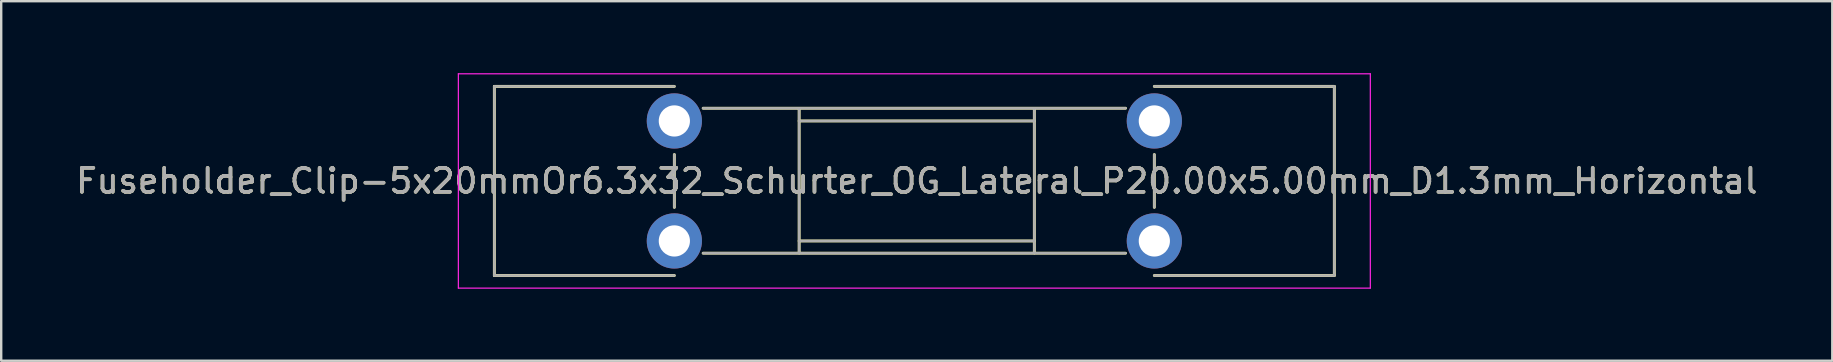
<source format=kicad_pcb>
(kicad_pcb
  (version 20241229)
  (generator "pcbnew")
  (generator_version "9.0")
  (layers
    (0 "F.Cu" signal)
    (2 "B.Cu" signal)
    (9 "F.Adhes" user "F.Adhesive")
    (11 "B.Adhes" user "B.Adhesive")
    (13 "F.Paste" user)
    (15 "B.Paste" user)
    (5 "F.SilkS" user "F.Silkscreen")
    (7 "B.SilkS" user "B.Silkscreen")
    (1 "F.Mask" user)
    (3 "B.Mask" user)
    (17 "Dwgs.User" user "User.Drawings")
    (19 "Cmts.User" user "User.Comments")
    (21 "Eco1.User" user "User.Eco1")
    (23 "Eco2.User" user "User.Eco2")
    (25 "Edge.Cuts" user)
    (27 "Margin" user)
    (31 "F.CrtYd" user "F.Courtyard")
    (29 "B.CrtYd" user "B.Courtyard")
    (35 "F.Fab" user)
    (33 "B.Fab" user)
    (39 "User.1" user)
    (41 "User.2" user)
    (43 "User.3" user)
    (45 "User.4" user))
  (footprint "Fuseholder_Clip-5x20mmOr6.3x32_Schurter_OG_Lateral_P20.00x5.00mm_D1.3mm_Horizontal"
    (layer "F.Cu")
    (at 25.049 1.99)
    (property "Reference" "Fuseholder_Clip-5x20mmOr6.3x32_Schurter_OG_Lateral_P20.00x5.00mm_D1.3mm_Horizontal" (at 10.1 2.5 0) (layer "F.SilkS") (effects (font (size 1 1) (thickness 0.15))))
    (attr through_hole)
    (fp_line (start -7.5 -1.44) (end -7.5 6.44) (stroke (width 0.12) (type solid)) (layer "F.SilkS"))
    (fp_line (start 0 -1.44) (end -7.5 -1.44) (stroke (width 0.12) (type solid)) (layer "F.SilkS"))
    (fp_line (start 0 3.6) (end 0 1.4) (stroke (width 0.12) (type solid)) (layer "F.SilkS"))
    (fp_line (start 0 6.44) (end -7.5 6.44) (stroke (width 0.12) (type solid)) (layer "F.SilkS"))
    (fp_line (start 5.2 -0.5) (end 5.2 5.5) (stroke (width 0.12) (type solid)) (layer "F.SilkS"))
    (fp_line (start 15 -0.5) (end 15 5.5) (stroke (width 0.12) (type solid)) (layer "F.SilkS"))
    (fp_line (start 15 0) (end 5.2 0) (stroke (width 0.12) (type solid)) (layer "F.SilkS"))
    (fp_line (start 15 5) (end 5.2 5) (stroke (width 0.12) (type solid)) (layer "F.SilkS"))
    (fp_line (start 18.8 -0.53) (end 1.2 -0.53) (stroke (width 0.12) (type solid)) (layer "F.SilkS"))
    (fp_line (start 18.8 5.51) (end 1.2 5.51) (stroke (width 0.12) (type solid)) (layer "F.SilkS"))
    (fp_line (start 20 -1.44) (end 27.5 -1.44) (stroke (width 0.12) (type solid)) (layer "F.SilkS"))
    (fp_line (start 20 1.4) (end 20 3.6) (stroke (width 0.12) (type solid)) (layer "F.SilkS"))
    (fp_line (start 20 6.44) (end 27.5 6.44) (stroke (width 0.12) (type solid)) (layer "F.SilkS"))
    (fp_line (start 27.5 6.44) (end 27.5 -1.44) (stroke (width 0.12) (type solid)) (layer "F.SilkS"))
    (fp_line (start -9 -1.965) (end -9 6.965) (stroke (width 0.05) (type solid)) (layer "F.CrtYd"))
    (fp_line (start -9 -1.965) (end 29 -1.965) (stroke (width 0.05) (type solid)) (layer "F.CrtYd"))
    (fp_line (start 29 6.965) (end -9 6.965) (stroke (width 0.05) (type solid)) (layer "F.CrtYd"))
    (fp_line (start 29 6.965) (end 29 -1.965) (stroke (width 0.05) (type solid)) (layer "F.CrtYd"))
    (fp_line (start -7.5 -1.44) (end -7.5 6.44) (stroke (width 0.1) (type solid)) (layer "F.Fab"))
    (fp_line (start 0 -1.44) (end -7.5 -1.44) (stroke (width 0.1) (type solid)) (layer "F.Fab"))
    (fp_line (start 0 3.6) (end 0 1.4) (stroke (width 0.1) (type solid)) (layer "F.Fab"))
    (fp_line (start 0 6.44) (end -7.5 6.44) (stroke (width 0.1) (type solid)) (layer "F.Fab"))
    (fp_line (start 5.2 -0.5) (end 5.2 5.5) (stroke (width 0.1) (type solid)) (layer "F.Fab"))
    (fp_line (start 15 -0.5) (end 15 5.5) (stroke (width 0.1) (type solid)) (layer "F.Fab"))
    (fp_line (start 15 0) (end 5.2 0) (stroke (width 0.1) (type solid)) (layer "F.Fab"))
    (fp_line (start 15 5) (end 5.2 5) (stroke (width 0.1) (type solid)) (layer "F.Fab"))
    (fp_line (start 18.8 -0.53) (end 1.2 -0.53) (stroke (width 0.1) (type solid)) (layer "F.Fab"))
    (fp_line (start 18.8 5.51) (end 1.2 5.51) (stroke (width 0.1) (type solid)) (layer "F.Fab"))
    (fp_line (start 20 -1.44) (end 27.5 -1.44) (stroke (width 0.1) (type solid)) (layer "F.Fab"))
    (fp_line (start 20 1.4) (end 20 3.6) (stroke (width 0.1) (type solid)) (layer "F.Fab"))
    (fp_line (start 20 6.44) (end 27.5 6.44) (stroke (width 0.1) (type solid)) (layer "F.Fab"))
    (fp_line (start 27.5 6.44) (end 27.5 -1.44) (stroke (width 0.1) (type solid)) (layer "F.Fab"))
    (fp_text user "${REFERENCE}" (at 10.1 2.5 0) (layer "F.Fab") (effects (font (size 1 1) (thickness 0.15))))
    (pad "1" thru_hole circle (at 0 0) (size 2.3 2.3) (drill 1.3) (layers "*.Cu" "*.Mask"))
    (pad "1" thru_hole circle (at 0 5) (size 2.3 2.3) (drill 1.3) (layers "*.Cu" "*.Mask"))
    (pad "2" thru_hole circle (at 20 0) (size 2.3 2.3) (drill 1.3) (layers "*.Cu" "*.Mask"))
    (pad "2" thru_hole circle (at 20 5) (size 2.3 2.3) (drill 1.3) (layers "*.Cu" "*.Mask")))
  (gr_rect
    (start -3 -3)
    (end 73.298 11.98)
    (stroke (width 0.1) (type default))
    (fill no)
    (layer "Edge.Cuts")))
</source>
